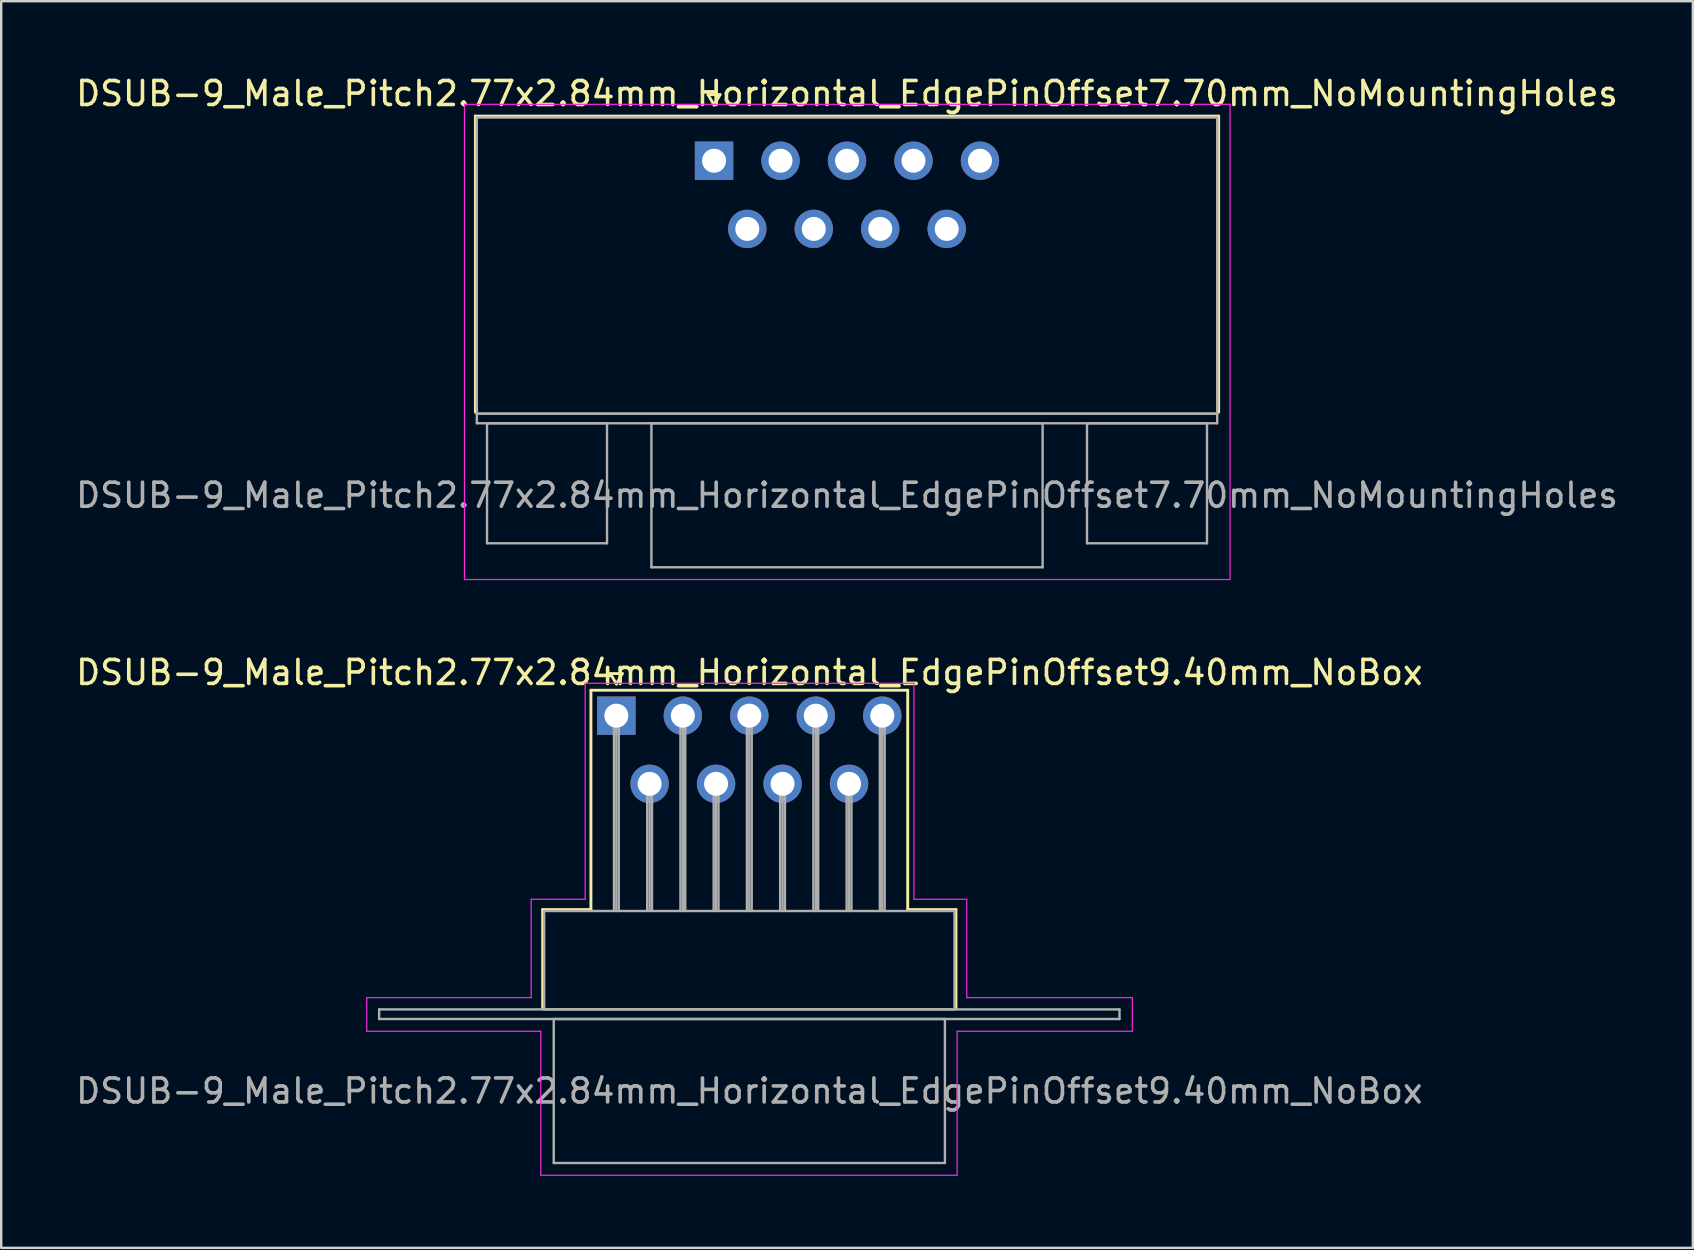
<source format=kicad_pcb>
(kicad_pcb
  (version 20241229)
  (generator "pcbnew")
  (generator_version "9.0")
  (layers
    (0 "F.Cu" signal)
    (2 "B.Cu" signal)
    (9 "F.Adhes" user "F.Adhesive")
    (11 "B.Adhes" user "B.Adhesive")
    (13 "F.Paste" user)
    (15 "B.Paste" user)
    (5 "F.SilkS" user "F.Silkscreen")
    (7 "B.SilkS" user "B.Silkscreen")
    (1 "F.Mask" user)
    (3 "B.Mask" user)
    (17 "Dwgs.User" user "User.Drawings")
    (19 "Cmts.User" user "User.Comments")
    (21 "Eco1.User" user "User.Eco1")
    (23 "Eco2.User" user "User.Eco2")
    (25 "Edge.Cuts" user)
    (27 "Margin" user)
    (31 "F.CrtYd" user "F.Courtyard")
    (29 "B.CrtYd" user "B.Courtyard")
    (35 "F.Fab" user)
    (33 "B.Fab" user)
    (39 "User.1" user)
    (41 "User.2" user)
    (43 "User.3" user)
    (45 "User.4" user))
  (footprint "DSUB-9_Male_Pitch2.77x2.84mm_Horizontal_EdgePinOffset7.70mm_NoMountingHoles"
    (layer "F.Cu")
    (at 26.704 3.648)
    (property "Reference" "DSUB-9_Male_Pitch2.77x2.84mm_Horizontal_EdgePinOffset7.70mm_NoMountingHoles" (at 5.54 -2.8 0) (layer "F.SilkS") (effects (font (size 1 1) (thickness 0.15))))
    (attr through_hole)
    (fp_line (start -9.945 -1.86) (end 21.025 -1.86) (stroke (width 0.12) (type solid)) (layer "F.SilkS"))
    (fp_line (start -9.945 10.48) (end -9.945 -1.86) (stroke (width 0.12) (type solid)) (layer "F.SilkS"))
    (fp_line (start -0.25 -2.754) (end 0.25 -2.754) (stroke (width 0.12) (type solid)) (layer "F.SilkS"))
    (fp_line (start 0 -2.321) (end -0.25 -2.754) (stroke (width 0.12) (type solid)) (layer "F.SilkS"))
    (fp_line (start 0.25 -2.754) (end 0 -2.321) (stroke (width 0.12) (type solid)) (layer "F.SilkS"))
    (fp_line (start 21.025 -1.86) (end 21.025 10.48) (stroke (width 0.12) (type solid)) (layer "F.SilkS"))
    (fp_line (start -10.4 -2.35) (end -10.4 17.45) (stroke (width 0.05) (type solid)) (layer "F.CrtYd"))
    (fp_line (start -10.4 17.45) (end 21.5 17.45) (stroke (width 0.05) (type solid)) (layer "F.CrtYd"))
    (fp_line (start 21.5 -2.35) (end -10.4 -2.35) (stroke (width 0.05) (type solid)) (layer "F.CrtYd"))
    (fp_line (start 21.5 17.45) (end 21.5 -2.35) (stroke (width 0.05) (type solid)) (layer "F.CrtYd"))
    (fp_line (start -9.885 -1.8) (end -9.885 10.54) (stroke (width 0.1) (type solid)) (layer "F.Fab"))
    (fp_line (start -9.885 10.54) (end -9.885 10.94) (stroke (width 0.1) (type solid)) (layer "F.Fab"))
    (fp_line (start -9.885 10.54) (end 20.965 10.54) (stroke (width 0.1) (type solid)) (layer "F.Fab"))
    (fp_line (start -9.885 10.94) (end 20.965 10.94) (stroke (width 0.1) (type solid)) (layer "F.Fab"))
    (fp_line (start -9.46 10.94) (end -9.46 15.94) (stroke (width 0.1) (type solid)) (layer "F.Fab"))
    (fp_line (start -9.46 15.94) (end -4.46 15.94) (stroke (width 0.1) (type solid)) (layer "F.Fab"))
    (fp_line (start -4.46 10.94) (end -9.46 10.94) (stroke (width 0.1) (type solid)) (layer "F.Fab"))
    (fp_line (start -4.46 15.94) (end -4.46 10.94) (stroke (width 0.1) (type solid)) (layer "F.Fab"))
    (fp_line (start -2.61 10.94) (end -2.61 16.94) (stroke (width 0.1) (type solid)) (layer "F.Fab"))
    (fp_line (start -2.61 16.94) (end 13.69 16.94) (stroke (width 0.1) (type solid)) (layer "F.Fab"))
    (fp_line (start 13.69 10.94) (end -2.61 10.94) (stroke (width 0.1) (type solid)) (layer "F.Fab"))
    (fp_line (start 13.69 16.94) (end 13.69 10.94) (stroke (width 0.1) (type solid)) (layer "F.Fab"))
    (fp_line (start 15.54 10.94) (end 15.54 15.94) (stroke (width 0.1) (type solid)) (layer "F.Fab"))
    (fp_line (start 15.54 15.94) (end 20.54 15.94) (stroke (width 0.1) (type solid)) (layer "F.Fab"))
    (fp_line (start 20.54 10.94) (end 15.54 10.94) (stroke (width 0.1) (type solid)) (layer "F.Fab"))
    (fp_line (start 20.54 15.94) (end 20.54 10.94) (stroke (width 0.1) (type solid)) (layer "F.Fab"))
    (fp_line (start 20.965 -1.8) (end -9.885 -1.8) (stroke (width 0.1) (type solid)) (layer "F.Fab"))
    (fp_line (start 20.965 10.54) (end -9.885 10.54) (stroke (width 0.1) (type solid)) (layer "F.Fab"))
    (fp_line (start 20.965 10.54) (end 20.965 -1.8) (stroke (width 0.1) (type solid)) (layer "F.Fab"))
    (fp_line (start 20.965 10.94) (end 20.965 10.54) (stroke (width 0.1) (type solid)) (layer "F.Fab"))
    (fp_text user "${REFERENCE}" (at 5.54 13.94 0) (layer "F.Fab") (effects (font (size 1 1) (thickness 0.15))))
    (pad "1" thru_hole rect (at 0 0) (size 1.6 1.6) (drill 1) (layers "*.Cu" "*.Mask"))
    (pad "2" thru_hole circle (at 2.77 0) (size 1.6 1.6) (drill 1) (layers "*.Cu" "*.Mask"))
    (pad "3" thru_hole circle (at 5.54 0) (size 1.6 1.6) (drill 1) (layers "*.Cu" "*.Mask"))
    (pad "4" thru_hole circle (at 8.31 0) (size 1.6 1.6) (drill 1) (layers "*.Cu" "*.Mask"))
    (pad "5" thru_hole circle (at 11.08 0) (size 1.6 1.6) (drill 1) (layers "*.Cu" "*.Mask"))
    (pad "6" thru_hole circle (at 1.385 2.84) (size 1.6 1.6) (drill 1) (layers "*.Cu" "*.Mask"))
    (pad "7" thru_hole circle (at 4.155 2.84) (size 1.6 1.6) (drill 1) (layers "*.Cu" "*.Mask"))
    (pad "8" thru_hole circle (at 6.925 2.84) (size 1.6 1.6) (drill 1) (layers "*.Cu" "*.Mask"))
    (pad "9" thru_hole circle (at 9.695 2.84) (size 1.6 1.6) (drill 1) (layers "*.Cu" "*.Mask")))
  (footprint "DSUB-9_Male_Pitch2.77x2.84mm_Horizontal_EdgePinOffset9.40mm_NoBox"
    (layer "F.Cu")
    (at 22.633 26.771)
    (property "Reference" "DSUB-9_Male_Pitch2.77x2.84mm_Horizontal_EdgePinOffset9.40mm_NoBox" (at 5.54 -1.8 0) (layer "F.SilkS") (effects (font (size 1 1) (thickness 0.15))))
    (attr through_hole)
    (fp_line (start -3.07 8.08) (end -1.06 8.08) (stroke (width 0.12) (type solid)) (layer "F.SilkS"))
    (fp_line (start -3.07 12.18) (end -3.07 8.08) (stroke (width 0.12) (type solid)) (layer "F.SilkS"))
    (fp_line (start -1.06 -1.06) (end 12.14 -1.06) (stroke (width 0.12) (type solid)) (layer "F.SilkS"))
    (fp_line (start -1.06 8.08) (end -1.06 -1.06) (stroke (width 0.12) (type solid)) (layer "F.SilkS"))
    (fp_line (start -0.25 -1.754) (end 0.25 -1.754) (stroke (width 0.12) (type solid)) (layer "F.SilkS"))
    (fp_line (start 0 -1.321) (end -0.25 -1.754) (stroke (width 0.12) (type solid)) (layer "F.SilkS"))
    (fp_line (start 0.25 -1.754) (end 0 -1.321) (stroke (width 0.12) (type solid)) (layer "F.SilkS"))
    (fp_line (start 12.14 -1.06) (end 12.14 8.08) (stroke (width 0.12) (type solid)) (layer "F.SilkS"))
    (fp_line (start 12.14 8.08) (end 14.15 8.08) (stroke (width 0.12) (type solid)) (layer "F.SilkS"))
    (fp_line (start 14.15 8.08) (end 14.15 12.18) (stroke (width 0.12) (type solid)) (layer "F.SilkS"))
    (fp_line (start -10.4 11.75) (end -3.55 11.75) (stroke (width 0.05) (type solid)) (layer "F.CrtYd"))
    (fp_line (start -10.4 13.15) (end -10.4 11.75) (stroke (width 0.05) (type solid)) (layer "F.CrtYd"))
    (fp_line (start -3.55 7.65) (end -1.3 7.65) (stroke (width 0.05) (type solid)) (layer "F.CrtYd"))
    (fp_line (start -3.55 11.75) (end -3.55 7.65) (stroke (width 0.05) (type solid)) (layer "F.CrtYd"))
    (fp_line (start -3.15 13.15) (end -10.4 13.15) (stroke (width 0.05) (type solid)) (layer "F.CrtYd"))
    (fp_line (start -3.15 19.15) (end -3.15 13.15) (stroke (width 0.05) (type solid)) (layer "F.CrtYd"))
    (fp_line (start -1.3 -1.35) (end 12.4 -1.35) (stroke (width 0.05) (type solid)) (layer "F.CrtYd"))
    (fp_line (start -1.3 7.65) (end -1.3 -1.35) (stroke (width 0.05) (type solid)) (layer "F.CrtYd"))
    (fp_line (start 12.4 -1.35) (end 12.4 7.65) (stroke (width 0.05) (type solid)) (layer "F.CrtYd"))
    (fp_line (start 12.4 7.65) (end 14.6 7.65) (stroke (width 0.05) (type solid)) (layer "F.CrtYd"))
    (fp_line (start 14.2 13.15) (end 14.2 19.15) (stroke (width 0.05) (type solid)) (layer "F.CrtYd"))
    (fp_line (start 14.2 19.15) (end -3.15 19.15) (stroke (width 0.05) (type solid)) (layer "F.CrtYd"))
    (fp_line (start 14.6 7.65) (end 14.6 11.75) (stroke (width 0.05) (type solid)) (layer "F.CrtYd"))
    (fp_line (start 14.6 11.75) (end 21.5 11.75) (stroke (width 0.05) (type solid)) (layer "F.CrtYd"))
    (fp_line (start 21.5 11.75) (end 21.5 13.15) (stroke (width 0.05) (type solid)) (layer "F.CrtYd"))
    (fp_line (start 21.5 13.15) (end 14.2 13.15) (stroke (width 0.05) (type solid)) (layer "F.CrtYd"))
    (fp_line (start -9.885 12.24) (end -9.885 12.64) (stroke (width 0.1) (type solid)) (layer "F.Fab"))
    (fp_line (start -9.885 12.64) (end 20.965 12.64) (stroke (width 0.1) (type solid)) (layer "F.Fab"))
    (fp_line (start -3.01 8.14) (end -3.01 12.24) (stroke (width 0.1) (type solid)) (layer "F.Fab"))
    (fp_line (start -3.01 12.24) (end 14.09 12.24) (stroke (width 0.1) (type solid)) (layer "F.Fab"))
    (fp_line (start -2.61 12.64) (end -2.61 18.64) (stroke (width 0.1) (type solid)) (layer "F.Fab"))
    (fp_line (start -2.61 18.64) (end 13.69 18.64) (stroke (width 0.1) (type solid)) (layer "F.Fab"))
    (fp_line (start -0.1 0) (end -0.1 8.14) (stroke (width 0.1) (type solid)) (layer "F.Fab"))
    (fp_line (start 0 0) (end 0 8.14) (stroke (width 0.1) (type solid)) (layer "F.Fab"))
    (fp_line (start 0.1 0) (end 0.1 8.14) (stroke (width 0.1) (type solid)) (layer "F.Fab"))
    (fp_line (start 1.285 2.84) (end 1.285 8.14) (stroke (width 0.1) (type solid)) (layer "F.Fab"))
    (fp_line (start 1.385 2.84) (end 1.385 8.14) (stroke (width 0.1) (type solid)) (layer "F.Fab"))
    (fp_line (start 1.485 2.84) (end 1.485 8.14) (stroke (width 0.1) (type solid)) (layer "F.Fab"))
    (fp_line (start 2.67 0) (end 2.67 8.14) (stroke (width 0.1) (type solid)) (layer "F.Fab"))
    (fp_line (start 2.77 0) (end 2.77 8.14) (stroke (width 0.1) (type solid)) (layer "F.Fab"))
    (fp_line (start 2.87 0) (end 2.87 8.14) (stroke (width 0.1) (type solid)) (layer "F.Fab"))
    (fp_line (start 4.055 2.84) (end 4.055 8.14) (stroke (width 0.1) (type solid)) (layer "F.Fab"))
    (fp_line (start 4.155 2.84) (end 4.155 8.14) (stroke (width 0.1) (type solid)) (layer "F.Fab"))
    (fp_line (start 4.255 2.84) (end 4.255 8.14) (stroke (width 0.1) (type solid)) (layer "F.Fab"))
    (fp_line (start 5.44 0) (end 5.44 8.14) (stroke (width 0.1) (type solid)) (layer "F.Fab"))
    (fp_line (start 5.54 0) (end 5.54 8.14) (stroke (width 0.1) (type solid)) (layer "F.Fab"))
    (fp_line (start 5.64 0) (end 5.64 8.14) (stroke (width 0.1) (type solid)) (layer "F.Fab"))
    (fp_line (start 6.825 2.84) (end 6.825 8.14) (stroke (width 0.1) (type solid)) (layer "F.Fab"))
    (fp_line (start 6.925 2.84) (end 6.925 8.14) (stroke (width 0.1) (type solid)) (layer "F.Fab"))
    (fp_line (start 7.025 2.84) (end 7.025 8.14) (stroke (width 0.1) (type solid)) (layer "F.Fab"))
    (fp_line (start 8.21 0) (end 8.21 8.14) (stroke (width 0.1) (type solid)) (layer "F.Fab"))
    (fp_line (start 8.31 0) (end 8.31 8.14) (stroke (width 0.1) (type solid)) (layer "F.Fab"))
    (fp_line (start 8.41 0) (end 8.41 8.14) (stroke (width 0.1) (type solid)) (layer "F.Fab"))
    (fp_line (start 9.595 2.84) (end 9.595 8.14) (stroke (width 0.1) (type solid)) (layer "F.Fab"))
    (fp_line (start 9.695 2.84) (end 9.695 8.14) (stroke (width 0.1) (type solid)) (layer "F.Fab"))
    (fp_line (start 9.795 2.84) (end 9.795 8.14) (stroke (width 0.1) (type solid)) (layer "F.Fab"))
    (fp_line (start 10.98 0) (end 10.98 8.14) (stroke (width 0.1) (type solid)) (layer "F.Fab"))
    (fp_line (start 11.08 0) (end 11.08 8.14) (stroke (width 0.1) (type solid)) (layer "F.Fab"))
    (fp_line (start 11.18 0) (end 11.18 8.14) (stroke (width 0.1) (type solid)) (layer "F.Fab"))
    (fp_line (start 13.69 12.64) (end -2.61 12.64) (stroke (width 0.1) (type solid)) (layer "F.Fab"))
    (fp_line (start 13.69 18.64) (end 13.69 12.64) (stroke (width 0.1) (type solid)) (layer "F.Fab"))
    (fp_line (start 14.09 8.14) (end -3.01 8.14) (stroke (width 0.1) (type solid)) (layer "F.Fab"))
    (fp_line (start 14.09 12.24) (end 14.09 8.14) (stroke (width 0.1) (type solid)) (layer "F.Fab"))
    (fp_line (start 20.965 12.24) (end -9.885 12.24) (stroke (width 0.1) (type solid)) (layer "F.Fab"))
    (fp_line (start 20.965 12.64) (end 20.965 12.24) (stroke (width 0.1) (type solid)) (layer "F.Fab"))
    (fp_text user "${REFERENCE}" (at 5.54 15.64 0) (layer "F.Fab") (effects (font (size 1 1) (thickness 0.15))))
    (pad "1" thru_hole rect (at 0 0) (size 1.6 1.6) (drill 1) (layers "*.Cu" "*.Mask"))
    (pad "2" thru_hole circle (at 2.77 0) (size 1.6 1.6) (drill 1) (layers "*.Cu" "*.Mask"))
    (pad "3" thru_hole circle (at 5.54 0) (size 1.6 1.6) (drill 1) (layers "*.Cu" "*.Mask"))
    (pad "4" thru_hole circle (at 8.31 0) (size 1.6 1.6) (drill 1) (layers "*.Cu" "*.Mask"))
    (pad "5" thru_hole circle (at 11.08 0) (size 1.6 1.6) (drill 1) (layers "*.Cu" "*.Mask"))
    (pad "6" thru_hole circle (at 1.385 2.84) (size 1.6 1.6) (drill 1) (layers "*.Cu" "*.Mask"))
    (pad "7" thru_hole circle (at 4.155 2.84) (size 1.6 1.6) (drill 1) (layers "*.Cu" "*.Mask"))
    (pad "8" thru_hole circle (at 6.925 2.84) (size 1.6 1.6) (drill 1) (layers "*.Cu" "*.Mask"))
    (pad "9" thru_hole circle (at 9.695 2.84) (size 1.6 1.6) (drill 1) (layers "*.Cu" "*.Mask")))
  (gr_rect
    (start -3 -3)
    (end 67.488 48.947)
    (stroke (width 0.1) (type default))
    (fill no)
    (layer "Edge.Cuts")))
</source>
